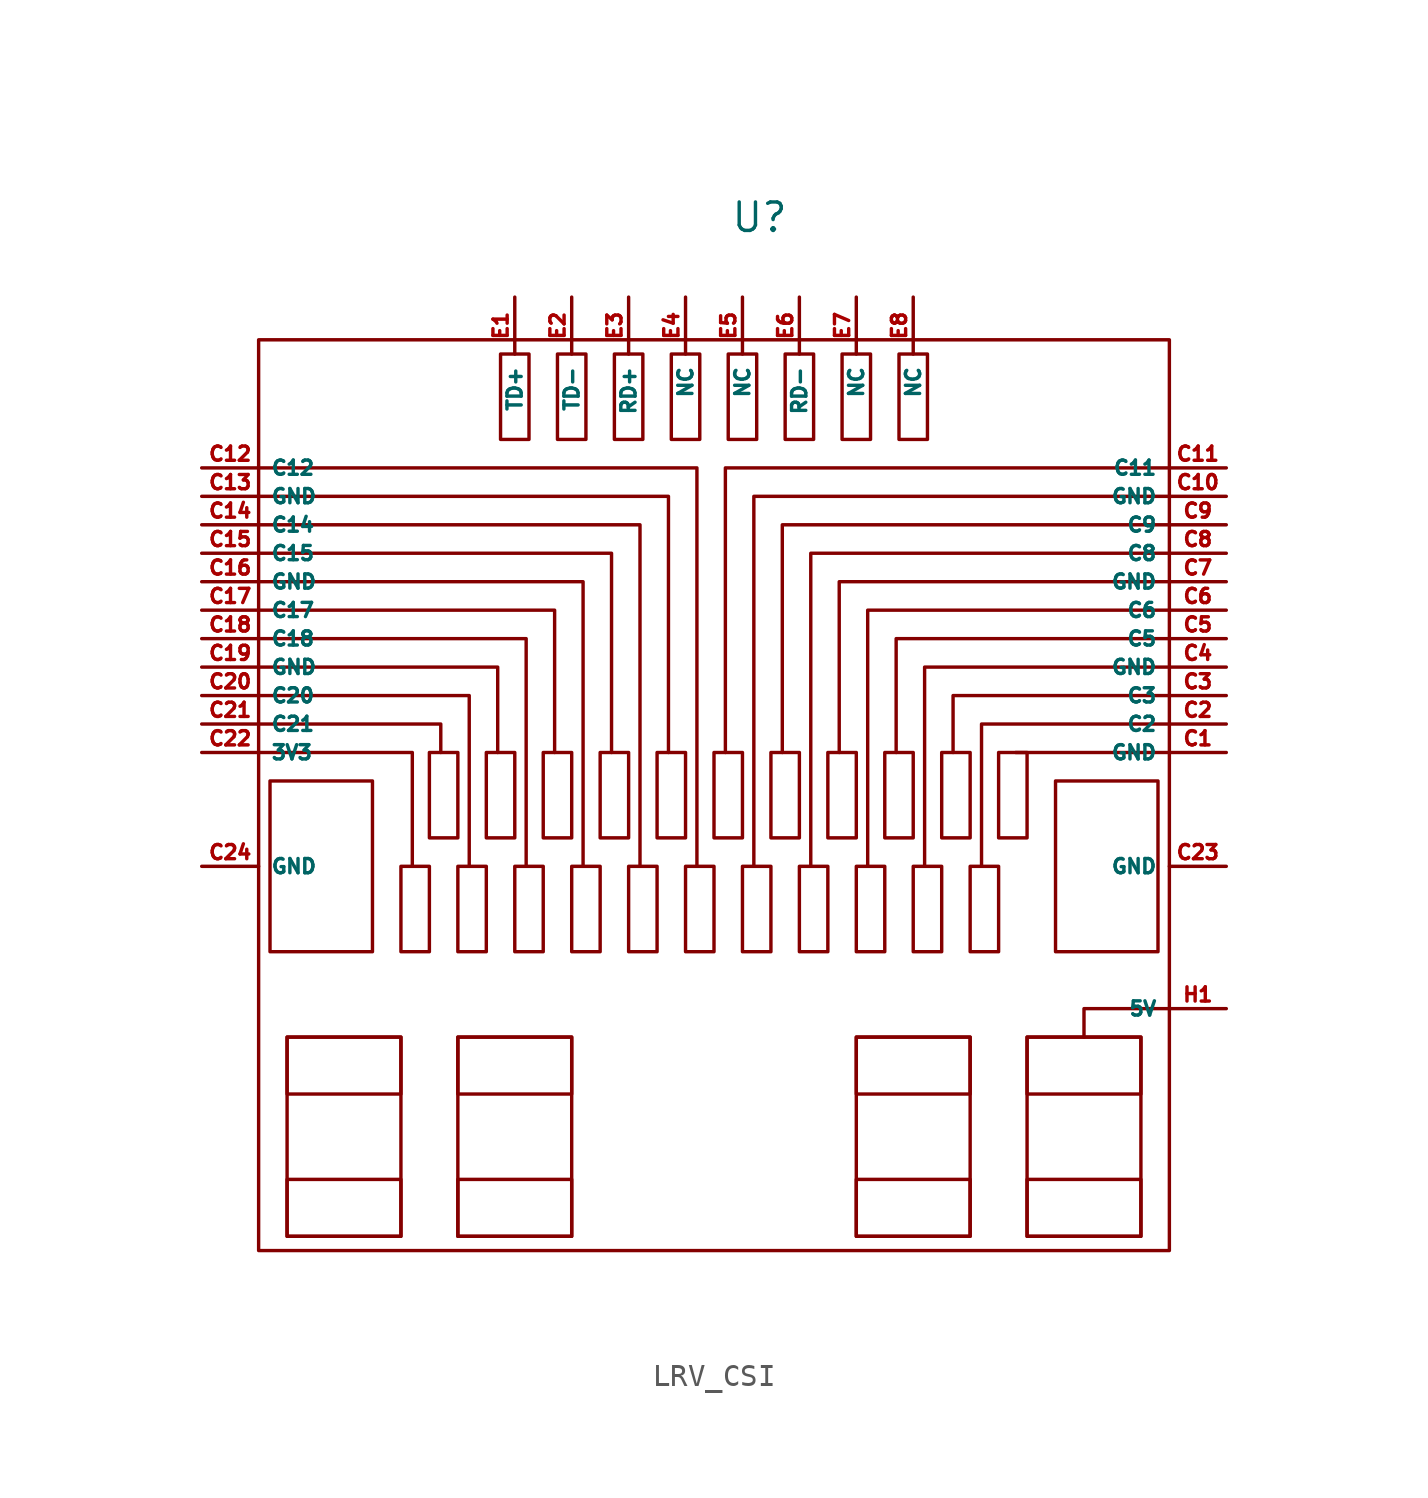
<source format=kicad_sym>
(kicad_symbol_lib
  (version 20241209)
  (generator "kicad_symbol_editor")
  (generator_version "9.0")
  (symbol "LRV_CSI"
    (property "Reference" "U"
      (at 2.032 26.416 0)
      (effects (font (size 1.27 1.27))))
    (property "Value" ""
      (at 0 0 0)
      (effects (font (size 1.27 1.27))))
    (symbol "LRV_CSI_0_1"
      (polyline (pts (xy -20.32 15.24) (xy -0.762 15.24) (xy -0.762 -2.54)) (stroke (width 0) (type default)) (fill (type none)))
      (polyline (pts (xy -20.32 13.97) (xy -2.032 13.97) (xy -2.032 2.54)) (stroke (width 0) (type default)) (fill (type none)))
      (polyline (pts (xy -20.32 11.43) (xy -4.572 11.43) (xy -4.572 2.54)) (stroke (width 0) (type default)) (fill (type none)))
      (polyline (pts (xy -20.32 10.16) (xy -5.842 10.16) (xy -5.842 -2.54)) (stroke (width 0) (type default)) (fill (type none)))
      (polyline (pts (xy -20.32 8.89) (xy -7.112 8.89) (xy -7.112 2.54)) (stroke (width 0) (type default)) (fill (type none)))
      (polyline (pts (xy -20.32 7.62) (xy -8.382 7.62) (xy -8.382 -2.54)) (stroke (width 0) (type default)) (fill (type none)))
      (polyline (pts (xy -20.32 6.35) (xy -9.652 6.35) (xy -9.652 2.54)) (stroke (width 0) (type default)) (fill (type none)))
      (polyline (pts (xy -20.32 5.08) (xy -10.922 5.08) (xy -10.922 -2.54)) (stroke (width 0) (type default)) (fill (type none)))
      (polyline (pts (xy -20.32 3.81) (xy -12.192 3.81) (xy -12.192 2.54)) (stroke (width 0) (type default)) (fill (type none)))
      (polyline (pts (xy -20.32 2.54) (xy -13.462 2.54) (xy -13.462 -2.54)) (stroke (width 0) (type default)) (fill (type none)))
      (rectangle (start -19.812 1.27) (end -15.24 -6.35) (stroke (width 0) (type default)) (fill (type none)))
      (rectangle (start -19.05 -10.16) (end -13.97 -12.7) (stroke (width 0) (type default)) (fill (type none)))
      (rectangle (start -19.05 -10.16) (end -13.97 -19.05) (stroke (width 0) (type default)) (fill (type none)))
      (rectangle (start -19.05 -16.51) (end -13.97 -19.05) (stroke (width 0) (type default)) (fill (type none)))
      (rectangle (start -13.97 -2.54) (end -12.7 -6.35) (stroke (width 0) (type default)) (fill (type none)))
      (rectangle (start -12.7 2.54) (end -11.43 -1.27) (stroke (width 0) (type default)) (fill (type none)))
      (rectangle (start -11.43 -2.54) (end -10.16 -6.35) (stroke (width 0) (type default)) (fill (type none)))
      (rectangle (start -11.43 -10.16) (end -6.35 -12.7) (stroke (width 0) (type default)) (fill (type none)))
      (rectangle (start -11.43 -10.16) (end -6.35 -19.05) (stroke (width 0) (type default)) (fill (type none)))
      (rectangle (start -11.43 -16.51) (end -6.35 -19.05) (stroke (width 0) (type default)) (fill (type none)))
      (rectangle (start -10.16 2.54) (end -8.89 -1.27) (stroke (width 0) (type default)) (fill (type none)))
      (rectangle (start -8.89 -2.54) (end -7.62 -6.35) (stroke (width 0) (type default)) (fill (type none)))
      (rectangle (start -8.255 20.32) (end -9.525 16.51) (stroke (width 0) (type default)) (fill (type none)))
      (rectangle (start -7.62 2.54) (end -6.35 -1.27) (stroke (width 0) (type default)) (fill (type none)))
      (rectangle (start -6.35 -2.54) (end -5.08 -6.35) (stroke (width 0) (type default)) (fill (type none)))
      (rectangle (start -5.715 20.32) (end -6.985 16.51) (stroke (width 0) (type default)) (fill (type none)))
      (rectangle (start -5.08 2.54) (end -3.81 -1.27) (stroke (width 0) (type default)) (fill (type none)))
      (rectangle (start -3.81 -2.54) (end -2.54 -6.35) (stroke (width 0) (type default)) (fill (type none)))
      (polyline (pts (xy -3.302 -2.54) (xy -3.302 12.7) (xy -20.32 12.7)) (stroke (width 0) (type default)) (fill (type none)))
      (rectangle (start -3.175 20.32) (end -4.445 16.51) (stroke (width 0) (type default)) (fill (type none)))
      (rectangle (start -2.54 2.54) (end -1.27 -1.27) (stroke (width 0) (type default)) (fill (type none)))
      (rectangle (start -1.27 -2.54) (end 0 -6.35) (stroke (width 0) (type default)) (fill (type none)))
      (rectangle (start -0.635 20.32) (end -1.905 16.51) (stroke (width 0) (type default)) (fill (type none)))
      (rectangle (start 0 2.54) (end 1.27 -1.27) (stroke (width 0) (type default)) (fill (type none)))
      (polyline (pts (xy 0.508 2.54) (xy 0.508 15.24) (xy 20.32 15.24)) (stroke (width 0) (type default)) (fill (type none)))
      (rectangle (start 0.635 20.32) (end 1.905 16.51) (stroke (width 0) (type default)) (fill (type none)))
      (rectangle (start 1.27 -2.54) (end 2.54 -6.35) (stroke (width 0) (type default)) (fill (type none)))
      (polyline (pts (xy 1.778 -2.54) (xy 1.778 13.97) (xy 20.32 13.97)) (stroke (width 0) (type default)) (fill (type none)))
      (rectangle (start 2.54 2.54) (end 3.81 -1.27) (stroke (width 0) (type default)) (fill (type none)))
      (polyline (pts (xy 3.048 2.54) (xy 3.048 12.7) (xy 20.32 12.7)) (stroke (width 0) (type default)) (fill (type none)))
      (rectangle (start 3.175 20.32) (end 4.445 16.51) (stroke (width 0) (type default)) (fill (type none)))
      (rectangle (start 3.81 -2.54) (end 5.08 -6.35) (stroke (width 0) (type default)) (fill (type none)))
      (polyline (pts (xy 4.318 -2.54) (xy 4.318 11.43) (xy 20.32 11.43)) (stroke (width 0) (type default)) (fill (type none)))
      (rectangle (start 5.08 2.54) (end 6.35 -1.27) (stroke (width 0) (type default)) (fill (type none)))
      (polyline (pts (xy 5.588 2.54) (xy 5.588 10.16) (xy 20.32 10.16)) (stroke (width 0) (type default)) (fill (type none)))
      (rectangle (start 5.715 20.32) (end 6.985 16.51) (stroke (width 0) (type default)) (fill (type none)))
      (rectangle (start 6.35 -2.54) (end 7.62 -6.35) (stroke (width 0) (type default)) (fill (type none)))
      (rectangle (start 6.35 -10.16) (end 11.43 -12.7) (stroke (width 0) (type default)) (fill (type none)))
      (rectangle (start 6.35 -10.16) (end 11.43 -19.05) (stroke (width 0) (type default)) (fill (type none)))
      (rectangle (start 6.35 -16.51) (end 11.43 -19.05) (stroke (width 0) (type default)) (fill (type none)))
      (polyline (pts (xy 6.858 -2.54) (xy 6.858 8.89) (xy 20.32 8.89)) (stroke (width 0) (type default)) (fill (type none)))
      (rectangle (start 7.62 2.54) (end 8.89 -1.27) (stroke (width 0) (type default)) (fill (type none)))
      (polyline (pts (xy 8.128 2.54) (xy 8.128 7.62) (xy 20.32 7.62)) (stroke (width 0) (type default)) (fill (type none)))
      (rectangle (start 8.255 20.32) (end 9.525 16.51) (stroke (width 0) (type default)) (fill (type none)))
      (rectangle (start 8.89 -2.54) (end 10.16 -6.35) (stroke (width 0) (type default)) (fill (type none)))
      (polyline (pts (xy 9.398 -2.54) (xy 9.398 6.35) (xy 20.32 6.35)) (stroke (width 0) (type default)) (fill (type none)))
      (rectangle (start 10.16 2.54) (end 11.43 -1.27) (stroke (width 0) (type default)) (fill (type none)))
      (polyline (pts (xy 10.668 2.54) (xy 10.668 5.08) (xy 20.32 5.08)) (stroke (width 0) (type default)) (fill (type none)))
      (rectangle (start 11.43 -2.54) (end 12.7 -6.35) (stroke (width 0) (type default)) (fill (type none)))
      (polyline (pts (xy 11.938 -2.54) (xy 11.938 3.81) (xy 20.32 3.81)) (stroke (width 0) (type default)) (fill (type none)))
      (rectangle (start 12.7 2.54) (end 13.97 -1.27) (stroke (width 0) (type default)) (fill (type none)))
      (rectangle (start 13.97 -10.16) (end 19.05 -12.7) (stroke (width 0) (type default)) (fill (type none)))
      (rectangle (start 13.97 -10.16) (end 19.05 -19.05) (stroke (width 0) (type default)) (fill (type none)))
      (rectangle (start 13.97 -16.51) (end 19.05 -19.05) (stroke (width 0) (type default)) (fill (type none)))
      (rectangle (start 15.24 1.27) (end 19.812 -6.35) (stroke (width 0) (type default)) (fill (type none)))
      (polyline (pts (xy 20.32 2.54) (xy 13.462 2.54)) (stroke (width 0) (type default)) (fill (type none)))
      (polyline (pts (xy 20.32 -8.89) (xy 16.51 -8.89) (xy 16.51 -10.16)) (stroke (width 0) (type default)) (fill (type none)))
      (rectangle (start 20.32 -19.685) (end -20.32 20.955) (stroke (width 0) (type default)) (fill (type none))))
    (symbol "LRV_CSI_1_1"
      (pin passive line (at -22.86 15.24 0) (length 2.54) (name "C12" (effects (font (size 0.635 0.635)))) (number "C12" (effects (font (size 0.635 0.635)))))
      (pin passive line (at -22.86 13.97 0) (length 2.54) (name "GND" (effects (font (size 0.635 0.635)))) (number "C13" (effects (font (size 0.635 0.635)))))
      (pin passive line (at -22.86 12.7 0) (length 2.54) (name "C14" (effects (font (size 0.635 0.635)))) (number "C14" (effects (font (size 0.635 0.635)))))
      (pin passive line (at -22.86 11.43 0) (length 2.54) (name "C15" (effects (font (size 0.635 0.635)))) (number "C15" (effects (font (size 0.635 0.635)))))
      (pin passive line (at -22.86 10.16 0) (length 2.54) (name "GND" (effects (font (size 0.635 0.635)))) (number "C16" (effects (font (size 0.635 0.635)))))
      (pin passive line (at -22.86 8.89 0) (length 2.54) (name "C17" (effects (font (size 0.635 0.635)))) (number "C17" (effects (font (size 0.635 0.635)))))
      (pin passive line (at -22.86 7.62 0) (length 2.54) (name "C18" (effects (font (size 0.635 0.635)))) (number "C18" (effects (font (size 0.635 0.635)))))
      (pin passive line (at -22.86 6.35 0) (length 2.54) (name "GND" (effects (font (size 0.635 0.635)))) (number "C19" (effects (font (size 0.635 0.635)))))
      (pin passive line (at -22.86 5.08 0) (length 2.54) (name "C20" (effects (font (size 0.635 0.635)))) (number "C20" (effects (font (size 0.635 0.635)))))
      (pin passive line (at -22.86 3.81 0) (length 2.54) (name "C21" (effects (font (size 0.635 0.635)))) (number "C21" (effects (font (size 0.635 0.635)))))
      (pin passive line (at -22.86 2.54 0) (length 2.54) (name "3V3" (effects (font (size 0.635 0.635)))) (number "C22" (effects (font (size 0.635 0.635)))))
      (pin passive line (at -22.86 -2.54 0) (length 2.54) (name "GND" (effects (font (size 0.635 0.635)))) (number "C24" (effects (font (size 0.635 0.635)))))
      (pin passive line (at -8.89 22.86 270) (length 2.54) (name "TD+" (effects (font (size 0.635 0.635)))) (number "E1" (effects (font (size 0.635 0.635)))))
      (pin passive line (at -6.35 22.86 270) (length 2.54) (name "TD-" (effects (font (size 0.635 0.635)))) (number "E2" (effects (font (size 0.635 0.635)))))
      (pin passive line (at -3.81 22.86 270) (length 2.54) (name "RD+" (effects (font (size 0.635 0.635)))) (number "E3" (effects (font (size 0.635 0.635)))))
      (pin passive line (at -1.27 22.86 270) (length 2.54) (name "NC" (effects (font (size 0.635 0.635)))) (number "E4" (effects (font (size 0.635 0.635)))))
      (pin passive line (at 1.27 22.86 270) (length 2.54) (name "NC" (effects (font (size 0.635 0.635)))) (number "E5" (effects (font (size 0.635 0.635)))))
      (pin passive line (at 3.81 22.86 270) (length 2.54) (name "RD-" (effects (font (size 0.635 0.635)))) (number "E6" (effects (font (size 0.635 0.635)))))
      (pin passive line (at 6.35 22.86 270) (length 2.54) (name "NC" (effects (font (size 0.635 0.635)))) (number "E7" (effects (font (size 0.635 0.635)))))
      (pin passive line (at 8.89 22.86 270) (length 2.54) (name "NC" (effects (font (size 0.635 0.635)))) (number "E8" (effects (font (size 0.635 0.635)))))
      (pin passive line (at 22.86 15.24 180) (length 2.54) (name "C11" (effects (font (size 0.635 0.635)))) (number "C11" (effects (font (size 0.635 0.635)))))
      (pin passive line (at 22.86 13.97 180) (length 2.54) (name "GND" (effects (font (size 0.635 0.635)))) (number "C10" (effects (font (size 0.635 0.635)))))
      (pin passive line (at 22.86 12.7 180) (length 2.54) (name "C9" (effects (font (size 0.635 0.635)))) (number "C9" (effects (font (size 0.635 0.635)))))
      (pin passive line (at 22.86 11.43 180) (length 2.54) (name "C8" (effects (font (size 0.635 0.635)))) (number "C8" (effects (font (size 0.635 0.635)))))
      (pin passive line (at 22.86 10.16 180) (length 2.54) (name "GND" (effects (font (size 0.635 0.635)))) (number "C7" (effects (font (size 0.635 0.635)))))
      (pin passive line (at 22.86 8.89 180) (length 2.54) (name "C6" (effects (font (size 0.635 0.635)))) (number "C6" (effects (font (size 0.635 0.635)))))
      (pin passive line (at 22.86 7.62 180) (length 2.54) (name "C5" (effects (font (size 0.635 0.635)))) (number "C5" (effects (font (size 0.635 0.635)))))
      (pin passive line (at 22.86 6.35 180) (length 2.54) (name "GND" (effects (font (size 0.635 0.635)))) (number "C4" (effects (font (size 0.635 0.635)))))
      (pin passive line (at 22.86 5.08 180) (length 2.54) (name "C3" (effects (font (size 0.635 0.635)))) (number "C3" (effects (font (size 0.635 0.635)))))
      (pin passive line (at 22.86 3.81 180) (length 2.54) (name "C2" (effects (font (size 0.635 0.635)))) (number "C2" (effects (font (size 0.635 0.635)))))
      (pin passive line (at 22.86 2.54 180) (length 2.54) (name "GND" (effects (font (size 0.635 0.635)))) (number "C1" (effects (font (size 0.635 0.635)))))
      (pin passive line (at 22.86 -2.54 180) (length 2.54) (name "GND" (effects (font (size 0.635 0.635)))) (number "C23" (effects (font (size 0.635 0.635)))))
      (pin passive line (at 22.86 -8.89 180) (length 2.54) (name "5V" (effects (font (size 0.635 0.635)))) (number "H1" (effects (font (size 0.635 0.635))))))))
</source>
